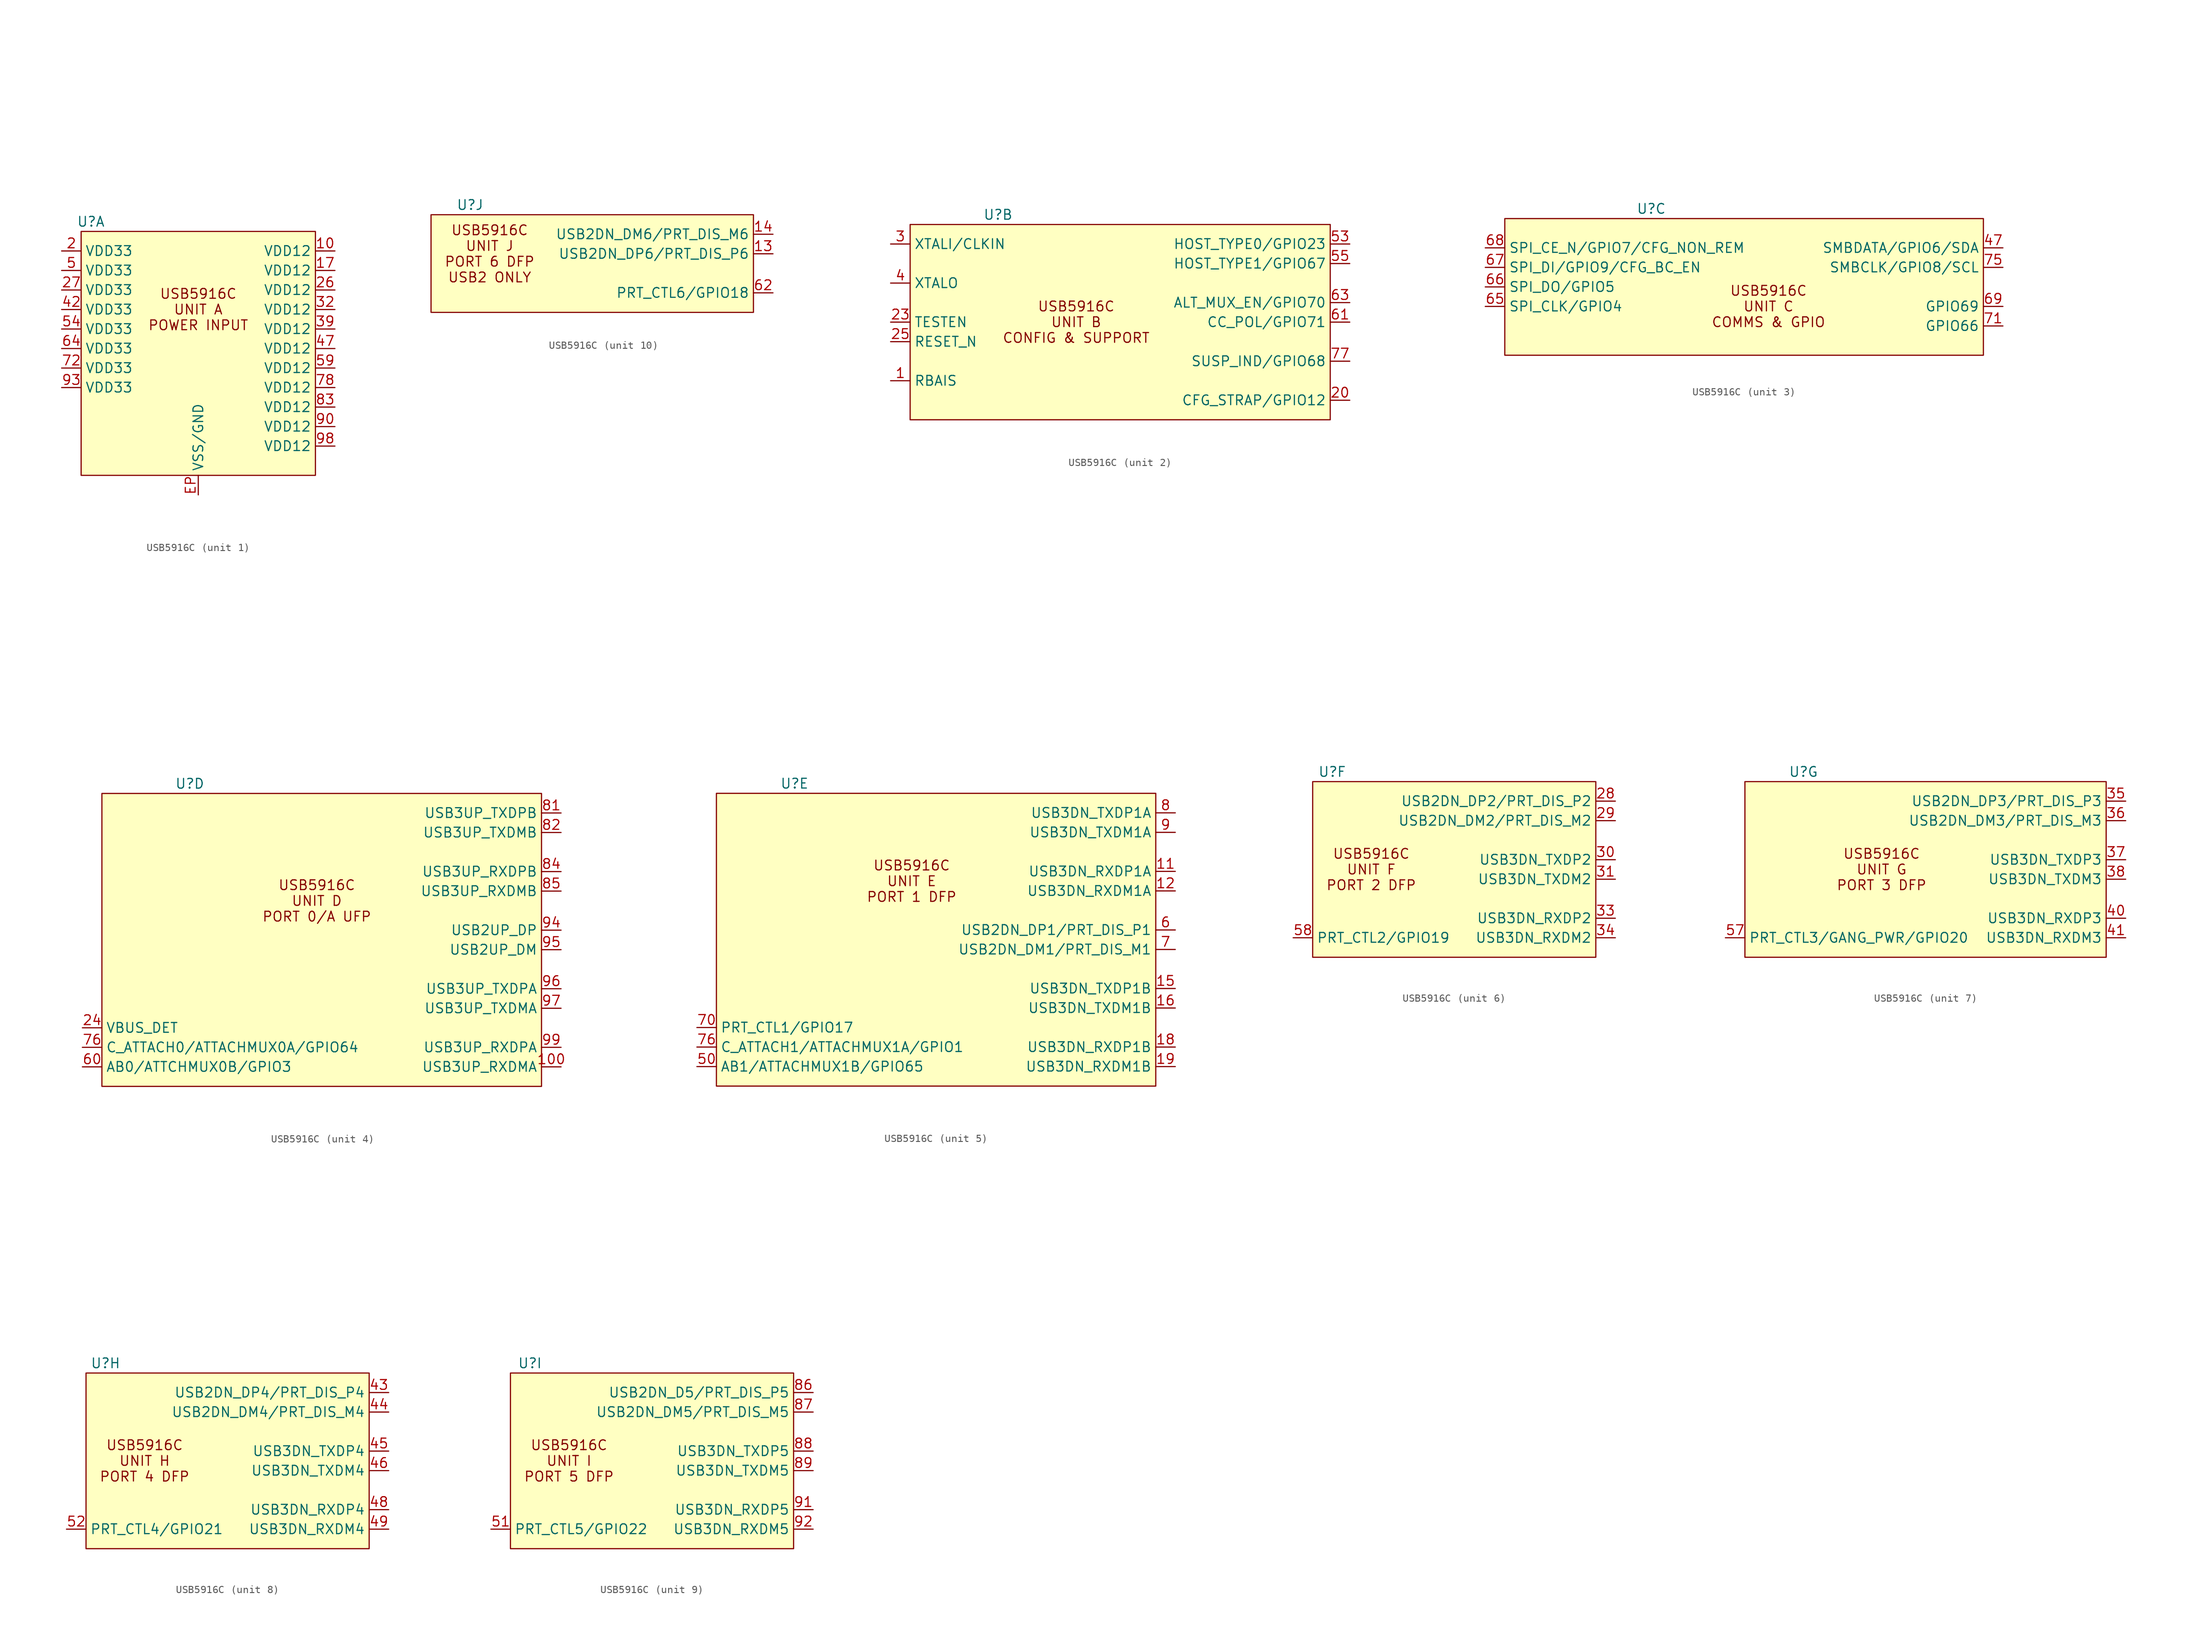
<source format=kicad_sym>
(kicad_symbol_lib
  (version 20220914)
  (generator kicad_symbol_editor)
  (symbol "USB5916C"
    (property "Reference" "U"
      (at -15.24 12.7 0)
      (effects (font (size 1.27 1.27))))
    (property "Value" ""
      (at -7.62 31.75 0)
      (effects (font (size 1.27 1.27))))
    (property "ki_locked" ""
      (at 0 0 0)
      (effects (font (size 1.27 1.27))))
    (symbol "USB5916C_1_1"
      (rectangle (start -16.51 11.43) (end 13.97 -20.32) (stroke (width 0) (type default)) (fill (type background)))
      (text "USB5916C\nUNIT A\nPOWER INPUT\n" (at -1.27 1.27 0) (effects (font (size 1.27 1.27))))
      (pin power_in line (at 16.51 8.89 180) (length 2.54) (name "VDD12" (effects (font (size 1.27 1.27)))) (number "10" (effects (font (size 1.27 1.27)))))
      (pin power_in line (at 16.51 6.35 180) (length 2.54) (name "VDD12" (effects (font (size 1.27 1.27)))) (number "17" (effects (font (size 1.27 1.27)))))
      (pin power_in line (at -19.05 8.89 0) (length 2.54) (name "VDD33" (effects (font (size 1.27 1.27)))) (number "2" (effects (font (size 1.27 1.27)))))
      (pin power_in line (at 16.51 3.81 180) (length 2.54) (name "VDD12" (effects (font (size 1.27 1.27)))) (number "26" (effects (font (size 1.27 1.27)))))
      (pin power_in line (at -19.05 3.81 0) (length 2.54) (name "VDD33" (effects (font (size 1.27 1.27)))) (number "27" (effects (font (size 1.27 1.27)))))
      (pin power_in line (at 16.51 1.27 180) (length 2.54) (name "VDD12" (effects (font (size 1.27 1.27)))) (number "32" (effects (font (size 1.27 1.27)))))
      (pin power_in line (at 16.51 -1.27 180) (length 2.54) (name "VDD12" (effects (font (size 1.27 1.27)))) (number "39" (effects (font (size 1.27 1.27)))))
      (pin power_in line (at -19.05 1.27 0) (length 2.54) (name "VDD33" (effects (font (size 1.27 1.27)))) (number "42" (effects (font (size 1.27 1.27)))))
      (pin power_in line (at 16.51 -3.81 180) (length 2.54) (name "VDD12" (effects (font (size 1.27 1.27)))) (number "47" (effects (font (size 1.27 1.27)))))
      (pin power_in line (at -19.05 6.35 0) (length 2.54) (name "VDD33" (effects (font (size 1.27 1.27)))) (number "5" (effects (font (size 1.27 1.27)))))
      (pin power_in line (at -19.05 -1.27 0) (length 2.54) (name "VDD33" (effects (font (size 1.27 1.27)))) (number "54" (effects (font (size 1.27 1.27)))))
      (pin power_in line (at 16.51 -6.35 180) (length 2.54) (name "VDD12" (effects (font (size 1.27 1.27)))) (number "59" (effects (font (size 1.27 1.27)))))
      (pin power_in line (at -19.05 -3.81 0) (length 2.54) (name "VDD33" (effects (font (size 1.27 1.27)))) (number "64" (effects (font (size 1.27 1.27)))))
      (pin power_in line (at -19.05 -6.35 0) (length 2.54) (name "VDD33" (effects (font (size 1.27 1.27)))) (number "72" (effects (font (size 1.27 1.27)))))
      (pin power_in line (at 16.51 -8.89 180) (length 2.54) (name "VDD12" (effects (font (size 1.27 1.27)))) (number "78" (effects (font (size 1.27 1.27)))))
      (pin power_in line (at 16.51 -11.43 180) (length 2.54) (name "VDD12" (effects (font (size 1.27 1.27)))) (number "83" (effects (font (size 1.27 1.27)))))
      (pin power_in line (at 16.51 -13.97 180) (length 2.54) (name "VDD12" (effects (font (size 1.27 1.27)))) (number "90" (effects (font (size 1.27 1.27)))))
      (pin power_in line (at -19.05 -8.89 0) (length 2.54) (name "VDD33" (effects (font (size 1.27 1.27)))) (number "93" (effects (font (size 1.27 1.27)))))
      (pin power_in line (at 16.51 -16.51 180) (length 2.54) (name "VDD12" (effects (font (size 1.27 1.27)))) (number "98" (effects (font (size 1.27 1.27)))))
      (pin power_in line (at -1.27 -22.86 90) (length 2.54) (name "VSS/GND" (effects (font (size 1.27 1.27)))) (number "EP" (effects (font (size 1.27 1.27))))))
    (symbol "USB5916C_2_1"
      (rectangle (start -26.67 11.43) (end 27.94 -13.97) (stroke (width 0) (type default)) (fill (type background)))
      (text "USB5916C\nUNIT B\nCONFIG & SUPPORT\n" (at -5.08 -1.27 0) (effects (font (size 1.27 1.27))))
      (pin input line (at -29.21 -8.89 0) (length 2.54) (name "RBAIS" (effects (font (size 1.27 1.27)))) (number "1" (effects (font (size 1.27 1.27)))))
      (pin input line (at 30.48 -11.43 180) (length 2.54) (name "CFG_STRAP/GPIO12" (effects (font (size 1.27 1.27)))) (number "20" (effects (font (size 1.27 1.27)))))
      (pin input line (at -29.21 -1.27 0) (length 2.54) (name "TESTEN" (effects (font (size 1.27 1.27)))) (number "23" (effects (font (size 1.27 1.27)))))
      (pin input line (at -29.21 -3.81 0) (length 2.54) (name "RESET_N" (effects (font (size 1.27 1.27)))) (number "25" (effects (font (size 1.27 1.27)))))
      (pin input line (at -29.21 8.89 0) (length 2.54) (name "XTALI/CLKIN" (effects (font (size 1.27 1.27)))) (number "3" (effects (font (size 1.27 1.27)))))
      (pin input line (at -29.21 3.81 0) (length 2.54) (name "XTALO" (effects (font (size 1.27 1.27)))) (number "4" (effects (font (size 1.27 1.27)))))
      (pin input line (at 30.48 8.89 180) (length 2.54) (name "HOST_TYPE0/GPIO23" (effects (font (size 1.27 1.27)))) (number "53" (effects (font (size 1.27 1.27)))))
      (pin input line (at 30.48 6.35 180) (length 2.54) (name "HOST_TYPE1/GPIO67" (effects (font (size 1.27 1.27)))) (number "55" (effects (font (size 1.27 1.27)))))
      (pin unspecified line (at 30.48 -1.27 180) (length 2.54) (name "CC_POL/GPIO71" (effects (font (size 1.27 1.27)))) (number "61" (effects (font (size 1.27 1.27)))))
      (pin input line (at 30.48 1.27 180) (length 2.54) (name "ALT_MUX_EN/GPIO70" (effects (font (size 1.27 1.27)))) (number "63" (effects (font (size 1.27 1.27)))))
      (pin input line (at 30.48 -6.35 180) (length 2.54) (name "SUSP_IND/GPIO68" (effects (font (size 1.27 1.27)))) (number "77" (effects (font (size 1.27 1.27))))))
    (symbol "USB5916C_3_1"
      (rectangle (start -34.29 11.43) (end 27.94 -6.35) (stroke (width 0) (type default)) (fill (type background)))
      (text "USB5916C\nUNIT C\nCOMMS & GPIO\n" (at 0 0 0) (effects (font (size 1.27 1.27))))
      (pin input line (at 30.48 7.62 180) (length 2.54) (name "SMBDATA/GPIO6/SDA" (effects (font (size 1.27 1.27)))) (number "47" (effects (font (size 1.27 1.27)))))
      (pin input line (at -36.83 0 0) (length 2.54) (name "SPI_CLK/GPIO4" (effects (font (size 1.27 1.27)))) (number "65" (effects (font (size 1.27 1.27)))))
      (pin input line (at -36.83 2.54 0) (length 2.54) (name "SPI_DO/GPIO5" (effects (font (size 1.27 1.27)))) (number "66" (effects (font (size 1.27 1.27)))))
      (pin input line (at -36.83 5.08 0) (length 2.54) (name "SPI_DI/GPIO9/CFG_BC_EN" (effects (font (size 1.27 1.27)))) (number "67" (effects (font (size 1.27 1.27)))))
      (pin input line (at -36.83 7.62 0) (length 2.54) (name "SPI_CE_N/GPIO7/CFG_NON_REM" (effects (font (size 1.27 1.27)))) (number "68" (effects (font (size 1.27 1.27)))))
      (pin bidirectional line (at 30.48 0 180) (length 2.54) (name "GPIO69" (effects (font (size 1.27 1.27)))) (number "69" (effects (font (size 1.27 1.27)))))
      (pin bidirectional line (at 30.48 -2.54 180) (length 2.54) (name "GPIO66" (effects (font (size 1.27 1.27)))) (number "71" (effects (font (size 1.27 1.27)))))
      (pin input line (at 30.48 5.08 180) (length 2.54) (name "SMBCLK/GPIO8/SCL" (effects (font (size 1.27 1.27)))) (number "75" (effects (font (size 1.27 1.27))))))
    (symbol "USB5916C_4_1"
      (rectangle (start -26.67 11.43) (end 30.48 -26.67) (stroke (width 0) (type default)) (fill (type background)))
      (text "USB5916C\nUNIT D\nPORT 0/A UFP\n" (at 1.27 -2.54 0) (effects (font (size 1.27 1.27))))
      (pin unspecified line (at 33.02 -24.13 180) (length 2.54) (name "USB3UP_RXDMA" (effects (font (size 1.27 1.27)))) (number "100" (effects (font (size 1.27 1.27)))))
      (pin input line (at -29.21 -19.05 0) (length 2.54) (name "VBUS_DET" (effects (font (size 1.27 1.27)))) (number "24" (effects (font (size 1.27 1.27)))))
      (pin unspecified line (at -29.21 -24.13 0) (length 2.54) (name "AB0/ATTCHMUX0B/GPIO3" (effects (font (size 1.27 1.27)))) (number "60" (effects (font (size 1.27 1.27)))))
      (pin input line (at -29.21 -21.59 0) (length 2.54) (name "C_ATTACH0/ATTACHMUX0A/GPIO64" (effects (font (size 1.27 1.27)))) (number "76" (effects (font (size 1.27 1.27)))))
      (pin unspecified line (at 33.02 8.89 180) (length 2.54) (name "USB3UP_TXDPB" (effects (font (size 1.27 1.27)))) (number "81" (effects (font (size 1.27 1.27)))))
      (pin unspecified line (at 33.02 6.35 180) (length 2.54) (name "USB3UP_TXDMB" (effects (font (size 1.27 1.27)))) (number "82" (effects (font (size 1.27 1.27)))))
      (pin unspecified line (at 33.02 1.27 180) (length 2.54) (name "USB3UP_RXDPB" (effects (font (size 1.27 1.27)))) (number "84" (effects (font (size 1.27 1.27)))))
      (pin unspecified line (at 33.02 -1.27 180) (length 2.54) (name "USB3UP_RXDMB" (effects (font (size 1.27 1.27)))) (number "85" (effects (font (size 1.27 1.27)))))
      (pin unspecified line (at 33.02 -6.35 180) (length 2.54) (name "USB2UP_DP" (effects (font (size 1.27 1.27)))) (number "94" (effects (font (size 1.27 1.27)))))
      (pin unspecified line (at 33.02 -8.89 180) (length 2.54) (name "USB2UP_DM" (effects (font (size 1.27 1.27)))) (number "95" (effects (font (size 1.27 1.27)))))
      (pin unspecified line (at 33.02 -13.97 180) (length 2.54) (name "USB3UP_TXDPA" (effects (font (size 1.27 1.27)))) (number "96" (effects (font (size 1.27 1.27)))))
      (pin unspecified line (at 33.02 -16.51 180) (length 2.54) (name "USB3UP_TXDMA" (effects (font (size 1.27 1.27)))) (number "97" (effects (font (size 1.27 1.27)))))
      (pin unspecified line (at 33.02 -21.59 180) (length 2.54) (name "USB3UP_RXDPA" (effects (font (size 1.27 1.27)))) (number "99" (effects (font (size 1.27 1.27))))))
    (symbol "USB5916C_5_1"
      (rectangle (start -25.4 11.43) (end 31.75 -26.67) (stroke (width 0) (type default)) (fill (type background)))
      (text "USB5916C\nUNIT E\nPORT 1 DFP\n" (at 0 0 0) (effects (font (size 1.27 1.27))))
      (pin unspecified line (at 34.29 1.27 180) (length 2.54) (name "USB3DN_RXDP1A" (effects (font (size 1.27 1.27)))) (number "11" (effects (font (size 1.27 1.27)))))
      (pin unspecified line (at 34.29 -1.27 180) (length 2.54) (name "USB3DN_RXDM1A" (effects (font (size 1.27 1.27)))) (number "12" (effects (font (size 1.27 1.27)))))
      (pin unspecified line (at 34.29 -13.97 180) (length 2.54) (name "USB3DN_TXDP1B" (effects (font (size 1.27 1.27)))) (number "15" (effects (font (size 1.27 1.27)))))
      (pin unspecified line (at 34.29 -16.51 180) (length 2.54) (name "USB3DN_TXDM1B" (effects (font (size 1.27 1.27)))) (number "16" (effects (font (size 1.27 1.27)))))
      (pin unspecified line (at 34.29 -21.59 180) (length 2.54) (name "USB3DN_RXDP1B" (effects (font (size 1.27 1.27)))) (number "18" (effects (font (size 1.27 1.27)))))
      (pin unspecified line (at 34.29 -24.13 180) (length 2.54) (name "USB3DN_RXDM1B" (effects (font (size 1.27 1.27)))) (number "19" (effects (font (size 1.27 1.27)))))
      (pin unspecified line (at -27.94 -24.13 0) (length 2.54) (name "AB1/ATTACHMUX1B/GPIO65" (effects (font (size 1.27 1.27)))) (number "50" (effects (font (size 1.27 1.27)))))
      (pin unspecified line (at 34.29 -6.35 180) (length 2.54) (name "USB2DN_DP1/PRT_DIS_P1" (effects (font (size 1.27 1.27)))) (number "6" (effects (font (size 1.27 1.27)))))
      (pin unspecified line (at 34.29 -8.89 180) (length 2.54) (name "USB2DN_DM1/PRT_DIS_M1" (effects (font (size 1.27 1.27)))) (number "7" (effects (font (size 1.27 1.27)))))
      (pin unspecified line (at -27.94 -19.05 0) (length 2.54) (name "PRT_CTL1/GPIO17" (effects (font (size 1.27 1.27)))) (number "70" (effects (font (size 1.27 1.27)))))
      (pin input line (at -27.94 -21.59 0) (length 2.54) (name "C_ATTACH1/ATTACHMUX1A/GPIO1" (effects (font (size 1.27 1.27)))) (number "76" (effects (font (size 1.27 1.27)))))
      (pin unspecified line (at 34.29 8.89 180) (length 2.54) (name "USB3DN_TXDP1A" (effects (font (size 1.27 1.27)))) (number "8" (effects (font (size 1.27 1.27)))))
      (pin unspecified line (at 34.29 6.35 180) (length 2.54) (name "USB3DN_TXDM1A" (effects (font (size 1.27 1.27)))) (number "9" (effects (font (size 1.27 1.27))))))
    (symbol "USB5916C_6_1"
      (rectangle (start -17.78 11.43) (end 19.05 -11.43) (stroke (width 0) (type default)) (fill (type background)))
      (text "USB5916C\nUNIT F\nPORT 2 DFP\n" (at -10.16 0 0) (effects (font (size 1.27 1.27))))
      (pin unspecified line (at 21.59 8.89 180) (length 2.54) (name "USB2DN_DP2/PRT_DIS_P2" (effects (font (size 1.27 1.27)))) (number "28" (effects (font (size 1.27 1.27)))))
      (pin unspecified line (at 21.59 6.35 180) (length 2.54) (name "USB2DN_DM2/PRT_DIS_M2" (effects (font (size 1.27 1.27)))) (number "29" (effects (font (size 1.27 1.27)))))
      (pin unspecified line (at 21.59 1.27 180) (length 2.54) (name "USB3DN_TXDP2" (effects (font (size 1.27 1.27)))) (number "30" (effects (font (size 1.27 1.27)))))
      (pin unspecified line (at 21.59 -1.27 180) (length 2.54) (name "USB3DN_TXDM2" (effects (font (size 1.27 1.27)))) (number "31" (effects (font (size 1.27 1.27)))))
      (pin unspecified line (at 21.59 -6.35 180) (length 2.54) (name "USB3DN_RXDP2" (effects (font (size 1.27 1.27)))) (number "33" (effects (font (size 1.27 1.27)))))
      (pin unspecified line (at 21.59 -8.89 180) (length 2.54) (name "USB3DN_RXDM2" (effects (font (size 1.27 1.27)))) (number "34" (effects (font (size 1.27 1.27)))))
      (pin unspecified line (at -20.32 -8.89 0) (length 2.54) (name "PRT_CTL2/GPIO19" (effects (font (size 1.27 1.27)))) (number "58" (effects (font (size 1.27 1.27))))))
    (symbol "USB5916C_7_1"
      (rectangle (start -22.86 11.43) (end 24.13 -11.43) (stroke (width 0) (type default)) (fill (type background)))
      (text "USB5916C\nUNIT G\nPORT 3 DFP\n" (at -5.08 0 0) (effects (font (size 1.27 1.27))))
      (pin unspecified line (at 26.67 8.89 180) (length 2.54) (name "USB2DN_DP3/PRT_DIS_P3" (effects (font (size 1.27 1.27)))) (number "35" (effects (font (size 1.27 1.27)))))
      (pin unspecified line (at 26.67 6.35 180) (length 2.54) (name "USB2DN_DM3/PRT_DIS_M3" (effects (font (size 1.27 1.27)))) (number "36" (effects (font (size 1.27 1.27)))))
      (pin unspecified line (at 26.67 1.27 180) (length 2.54) (name "USB3DN_TXDP3" (effects (font (size 1.27 1.27)))) (number "37" (effects (font (size 1.27 1.27)))))
      (pin unspecified line (at 26.67 -1.27 180) (length 2.54) (name "USB3DN_TXDM3" (effects (font (size 1.27 1.27)))) (number "38" (effects (font (size 1.27 1.27)))))
      (pin unspecified line (at 26.67 -6.35 180) (length 2.54) (name "USB3DN_RXDP3" (effects (font (size 1.27 1.27)))) (number "40" (effects (font (size 1.27 1.27)))))
      (pin unspecified line (at 26.67 -8.89 180) (length 2.54) (name "USB3DN_RXDM3" (effects (font (size 1.27 1.27)))) (number "41" (effects (font (size 1.27 1.27)))))
      (pin unspecified line (at -25.4 -8.89 0) (length 2.54) (name "PRT_CTL3/GANG_PWR/GPIO20" (effects (font (size 1.27 1.27)))) (number "57" (effects (font (size 1.27 1.27))))))
    (symbol "USB5916C_8_1"
      (rectangle (start -17.78 11.43) (end 19.05 -11.43) (stroke (width 0) (type default)) (fill (type background)))
      (text "USB5916C\nUNIT H\nPORT 4 DFP\n" (at -10.16 0 0) (effects (font (size 1.27 1.27))))
      (pin unspecified line (at 21.59 8.89 180) (length 2.54) (name "USB2DN_DP4/PRT_DIS_P4" (effects (font (size 1.27 1.27)))) (number "43" (effects (font (size 1.27 1.27)))))
      (pin unspecified line (at 21.59 6.35 180) (length 2.54) (name "USB2DN_DM4/PRT_DIS_M4" (effects (font (size 1.27 1.27)))) (number "44" (effects (font (size 1.27 1.27)))))
      (pin unspecified line (at 21.59 1.27 180) (length 2.54) (name "USB3DN_TXDP4" (effects (font (size 1.27 1.27)))) (number "45" (effects (font (size 1.27 1.27)))))
      (pin unspecified line (at 21.59 -1.27 180) (length 2.54) (name "USB3DN_TXDM4" (effects (font (size 1.27 1.27)))) (number "46" (effects (font (size 1.27 1.27)))))
      (pin unspecified line (at 21.59 -6.35 180) (length 2.54) (name "USB3DN_RXDP4" (effects (font (size 1.27 1.27)))) (number "48" (effects (font (size 1.27 1.27)))))
      (pin unspecified line (at 21.59 -8.89 180) (length 2.54) (name "USB3DN_RXDM4" (effects (font (size 1.27 1.27)))) (number "49" (effects (font (size 1.27 1.27)))))
      (pin unspecified line (at -20.32 -8.89 0) (length 2.54) (name "PRT_CTL4/GPIO21" (effects (font (size 1.27 1.27)))) (number "52" (effects (font (size 1.27 1.27))))))
    (symbol "USB5916C_9_1"
      (rectangle (start -17.78 11.43) (end 19.05 -11.43) (stroke (width 0) (type default)) (fill (type background)))
      (text "USB5916C\nUNIT I\nPORT 5 DFP\n" (at -10.16 0 0) (effects (font (size 1.27 1.27))))
      (pin unspecified line (at -20.32 -8.89 0) (length 2.54) (name "PRT_CTL5/GPIO22" (effects (font (size 1.27 1.27)))) (number "51" (effects (font (size 1.27 1.27)))))
      (pin unspecified line (at 21.59 8.89 180) (length 2.54) (name "USB2DN_D5/PRT_DIS_P5" (effects (font (size 1.27 1.27)))) (number "86" (effects (font (size 1.27 1.27)))))
      (pin unspecified line (at 21.59 6.35 180) (length 2.54) (name "USB2DN_DM5/PRT_DIS_M5" (effects (font (size 1.27 1.27)))) (number "87" (effects (font (size 1.27 1.27)))))
      (pin unspecified line (at 21.59 1.27 180) (length 2.54) (name "USB3DN_TXDP5" (effects (font (size 1.27 1.27)))) (number "88" (effects (font (size 1.27 1.27)))))
      (pin unspecified line (at 21.59 -1.27 180) (length 2.54) (name "USB3DN_TXDM5" (effects (font (size 1.27 1.27)))) (number "89" (effects (font (size 1.27 1.27)))))
      (pin unspecified line (at 21.59 -6.35 180) (length 2.54) (name "USB3DN_RXDP5" (effects (font (size 1.27 1.27)))) (number "91" (effects (font (size 1.27 1.27)))))
      (pin unspecified line (at 21.59 -8.89 180) (length 2.54) (name "USB3DN_RXDM5" (effects (font (size 1.27 1.27)))) (number "92" (effects (font (size 1.27 1.27))))))
    (symbol "USB5916C_10_1"
      (rectangle (start -20.32 11.43) (end 21.59 -1.27) (stroke (width 0) (type default)) (fill (type background)))
      (text "USB5916C\nUNIT J\nPORT 6 DFP\nUSB2 ONLY\n" (at -12.7 6.35 0) (effects (font (size 1.27 1.27))))
      (pin unspecified line (at 24.13 6.35 180) (length 2.54) (name "USB2DN_DP6/PRT_DIS_P6" (effects (font (size 1.27 1.27)))) (number "13" (effects (font (size 1.27 1.27)))))
      (pin unspecified line (at 24.13 8.89 180) (length 2.54) (name "USB2DN_DM6/PRT_DIS_M6" (effects (font (size 1.27 1.27)))) (number "14" (effects (font (size 1.27 1.27)))))
      (pin unspecified line (at 24.13 1.27 180) (length 2.54) (name "PRT_CTL6/GPIO18" (effects (font (size 1.27 1.27)))) (number "62" (effects (font (size 1.27 1.27))))))))
</source>
